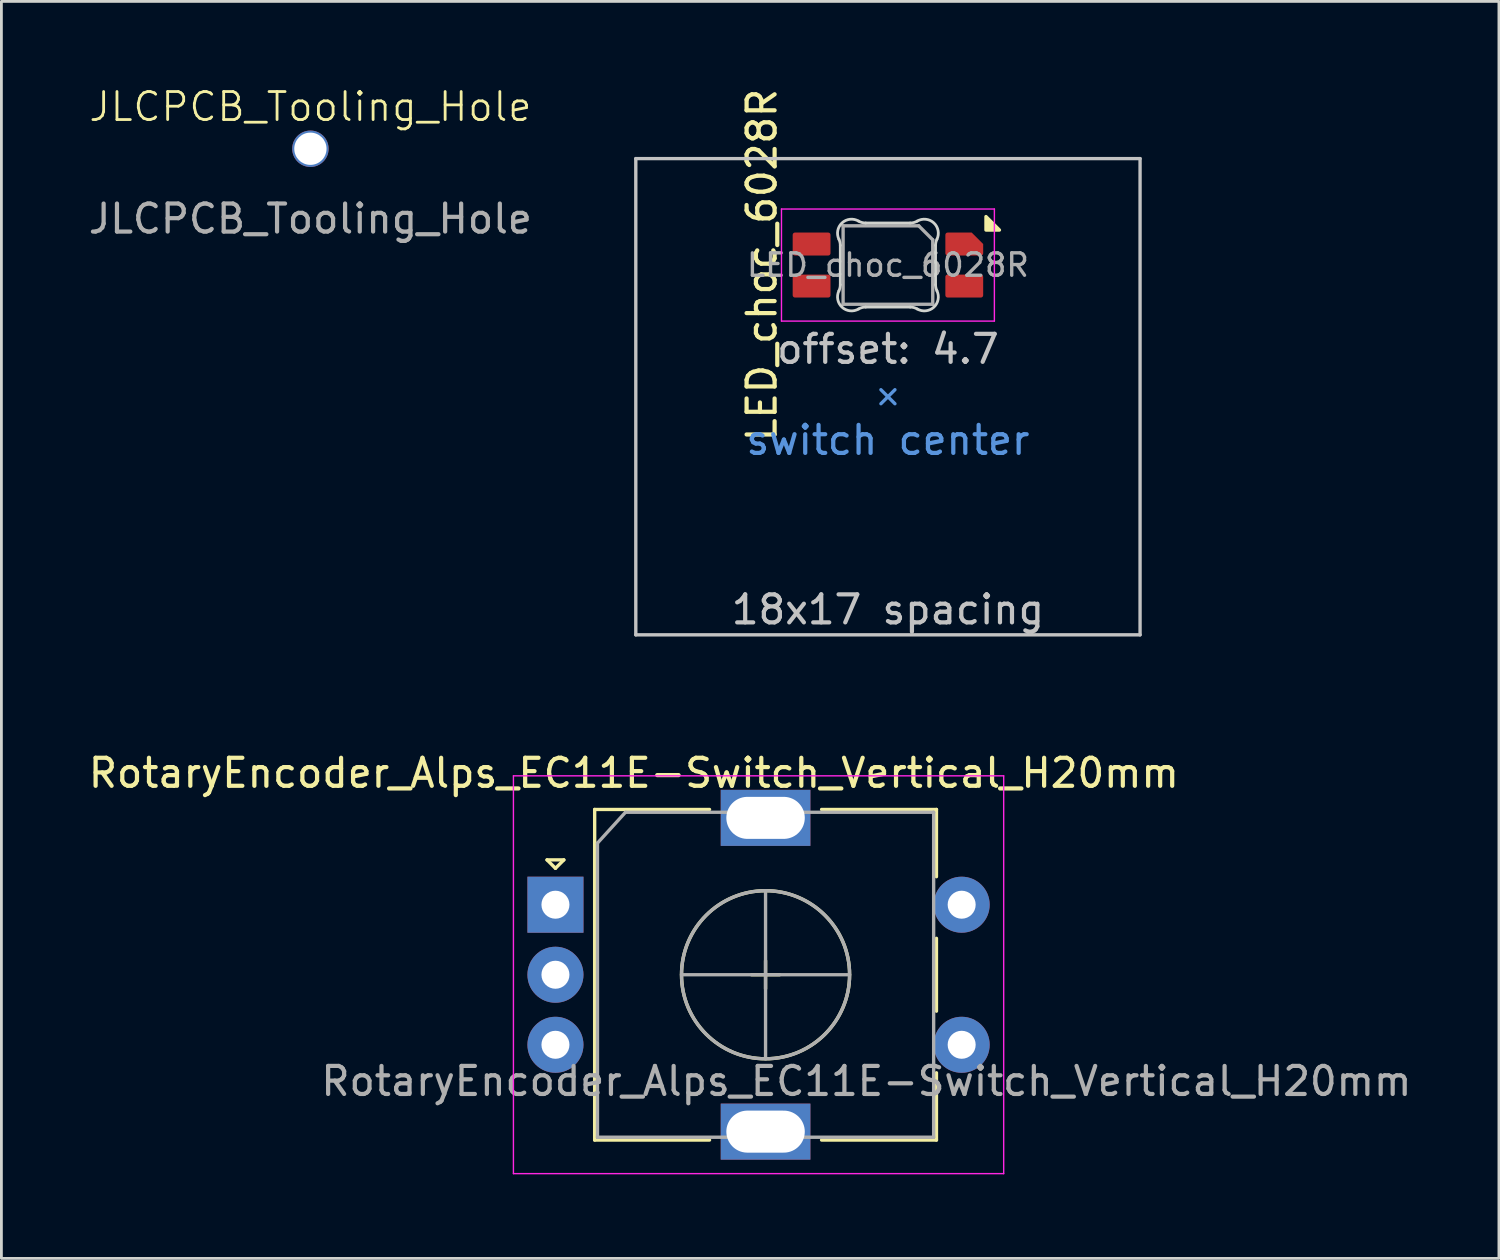
<source format=kicad_pcb>
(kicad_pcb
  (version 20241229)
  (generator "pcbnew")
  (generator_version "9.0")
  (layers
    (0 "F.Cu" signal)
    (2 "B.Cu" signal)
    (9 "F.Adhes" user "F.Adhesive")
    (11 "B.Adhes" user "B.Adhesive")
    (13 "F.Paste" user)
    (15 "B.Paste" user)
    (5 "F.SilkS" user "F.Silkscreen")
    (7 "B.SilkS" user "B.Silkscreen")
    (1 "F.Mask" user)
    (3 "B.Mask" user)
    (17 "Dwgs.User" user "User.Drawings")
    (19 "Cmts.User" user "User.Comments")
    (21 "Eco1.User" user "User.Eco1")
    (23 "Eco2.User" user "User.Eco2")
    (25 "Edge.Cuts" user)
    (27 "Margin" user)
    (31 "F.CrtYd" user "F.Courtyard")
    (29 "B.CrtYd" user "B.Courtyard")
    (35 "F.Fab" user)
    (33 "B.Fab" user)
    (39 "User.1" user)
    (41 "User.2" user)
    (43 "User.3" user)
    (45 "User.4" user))
  (footprint "RotaryEncoder_Alps_EC11E-Switch_Vertical_H20mm"
    (layer "F.Cu")
    (at 24.277 31.744)
    (property "Reference" "RotaryEncoder_Alps_EC11E-Switch_Vertical_H20mm" (at -4.7 -7.2 0) (layer "F.SilkS") (effects (font (size 1 1) (thickness 0.15))))
    (attr through_hole)
    (fp_line (start -7.8 -4.1) (end -7.2 -4.1) (stroke (width 0.12) (type solid)) (layer "F.SilkS"))
    (fp_line (start -7.5 -3.8) (end -7.8 -4.1) (stroke (width 0.12) (type solid)) (layer "F.SilkS"))
    (fp_line (start -7.2 -4.1) (end -7.5 -3.8) (stroke (width 0.12) (type solid)) (layer "F.SilkS"))
    (fp_line (start -6.1 -5.9) (end -6.1 5.9) (stroke (width 0.12) (type solid)) (layer "F.SilkS"))
    (fp_line (start -2 -5.9) (end -6.1 -5.9) (stroke (width 0.12) (type solid)) (layer "F.SilkS"))
    (fp_line (start -2 5.9) (end -6.1 5.9) (stroke (width 0.12) (type solid)) (layer "F.SilkS"))
    (fp_line (start -0.5 0) (end 0.5 0) (stroke (width 0.12) (type solid)) (layer "F.SilkS"))
    (fp_line (start 0 -0.5) (end 0 0.5) (stroke (width 0.12) (type solid)) (layer "F.SilkS"))
    (fp_line (start 2 -5.9) (end 6.1 -5.9) (stroke (width 0.12) (type solid)) (layer "F.SilkS"))
    (fp_line (start 6.1 -5.9) (end 6.1 -3.5) (stroke (width 0.12) (type solid)) (layer "F.SilkS"))
    (fp_line (start 6.1 -1.3) (end 6.1 1.3) (stroke (width 0.12) (type solid)) (layer "F.SilkS"))
    (fp_line (start 6.1 3.5) (end 6.1 5.9) (stroke (width 0.12) (type solid)) (layer "F.SilkS"))
    (fp_line (start 6.1 5.9) (end 2 5.9) (stroke (width 0.12) (type solid)) (layer "F.SilkS"))
    (fp_circle (center 0 0) (end 3 0) (stroke (width 0.12) (type solid)) (fill no) (layer "F.SilkS"))
    (fp_line (start -9 -7.1) (end -9 7.1) (stroke (width 0.05) (type solid)) (layer "F.CrtYd"))
    (fp_line (start -9 -7.1) (end 8.5 -7.1) (stroke (width 0.05) (type solid)) (layer "F.CrtYd"))
    (fp_line (start 8.5 7.1) (end -9 7.1) (stroke (width 0.05) (type solid)) (layer "F.CrtYd"))
    (fp_line (start 8.5 7.1) (end 8.5 -7.1) (stroke (width 0.05) (type solid)) (layer "F.CrtYd"))
    (fp_line (start -6 -4.7) (end -5 -5.8) (stroke (width 0.12) (type solid)) (layer "F.Fab"))
    (fp_line (start -6 5.8) (end -6 -4.7) (stroke (width 0.12) (type solid)) (layer "F.Fab"))
    (fp_line (start -5 -5.8) (end 6 -5.8) (stroke (width 0.12) (type solid)) (layer "F.Fab"))
    (fp_line (start -3 0) (end 3 0) (stroke (width 0.12) (type solid)) (layer "F.Fab"))
    (fp_line (start 0 -3) (end 0 3) (stroke (width 0.12) (type solid)) (layer "F.Fab"))
    (fp_line (start 6 -5.8) (end 6 5.8) (stroke (width 0.12) (type solid)) (layer "F.Fab"))
    (fp_line (start 6 5.8) (end -6 5.8) (stroke (width 0.12) (type solid)) (layer "F.Fab"))
    (fp_circle (center 0 0) (end 3 0) (stroke (width 0.12) (type solid)) (fill no) (layer "F.Fab"))
    (fp_text user "${REFERENCE}" (at 3.6 3.8 0) (layer "F.Fab") (effects (font (size 1 1) (thickness 0.15))))
    (pad "A" thru_hole rect (at -7.5 -2.5) (size 2 2) (drill 1) (layers "*.Cu" "*.Mask"))
    (pad "B" thru_hole circle (at -7.5 2.5) (size 2 2) (drill 1) (layers "*.Cu" "*.Mask"))
    (pad "C" thru_hole circle (at -7.5 0) (size 2 2) (drill 1) (layers "*.Cu" "*.Mask"))
    (pad "MP" thru_hole rect (at 0 -5.6) (size 3.2 2) (drill oval 2.8 1.5) (layers "*.Cu" "*.Mask"))
    (pad "MP" thru_hole rect (at 0 5.6) (size 3.2 2) (drill oval 2.8 1.5) (layers "*.Cu" "*.Mask"))
    (pad "S1" thru_hole circle (at 7 2.5) (size 2 2) (drill 1) (layers "*.Cu" "*.Mask"))
    (pad "S2" thru_hole circle (at 7 -2.5) (size 2 2) (drill 1) (layers "*.Cu" "*.Mask")))
  (footprint "JLCPCB_Tooling_Hole"
    (layer "F.Cu")
    (at 8.03 2.26)
    (property "Reference" "JLCPCB_Tooling_Hole" (at 0 -1.5 0) (unlocked yes) (layer "F.SilkS") (effects (font (size 1 1) (thickness 0.1))))
    (attr through_hole)
    (fp_text user "${REFERENCE}" (at 0 2.5 0) (unlocked yes) (layer "F.Fab") (effects (font (size 1 1) (thickness 0.15))))
    (pad "" np_thru_hole circle (at 0 0) (size 1.3 1.3) (drill 1.152) (layers "*.Cu" "*.Mask")))
  (footprint "LED_choc_6028R"
    (layer "F.Cu")
    (at 28.645 6.411)
    (property "Reference" "LED_choc_6028R" (at -4.5 0 270) (layer "F.SilkS") (effects (font (size 1 1) (thickness 0.15))))
    (attr smd)
    (fp_poly (pts (xy 3.5 -1.25) (xy 3.5 -1.73) (xy 3.98 -1.25) (xy 3.5 -1.25)) (stroke (width 0.12) (type solid)) (fill yes) (layer "F.SilkS"))
    (fp_line (start -9 -3.8) (end -9 13.2) (stroke (width 0.12) (type solid)) (layer "Dwgs.User"))
    (fp_line (start -9 13.2) (end 9 13.2) (stroke (width 0.12) (type solid)) (layer "Dwgs.User"))
    (fp_line (start 9 -3.8) (end -9 -3.8) (stroke (width 0.12) (type solid)) (layer "Dwgs.User"))
    (fp_line (start 9 13.2) (end 9 -3.8) (stroke (width 0.12) (type solid)) (layer "Dwgs.User"))
    (fp_line (start -0.25 4.45) (end 0 4.7) (stroke (width 0.12) (type solid)) (layer "Cmts.User"))
    (fp_line (start 0 4.7) (end -0.25 4.95) (stroke (width 0.12) (type solid)) (layer "Cmts.User"))
    (fp_line (start 0 4.7) (end 0.25 4.95) (stroke (width 0.12) (type solid)) (layer "Cmts.User"))
    (fp_line (start 0.25 4.45) (end 0 4.7) (stroke (width 0.12) (type solid)) (layer "Cmts.User"))
    (fp_line (start -9.525 -4.825) (end 9.525 -4.825) (stroke (width 0.12) (type solid)) (layer "Eco1.User"))
    (fp_line (start -9.525 14.225) (end -9.525 -4.825) (stroke (width 0.12) (type solid)) (layer "Eco1.User"))
    (fp_line (start 9.525 -4.825) (end 9.525 14.225) (stroke (width 0.12) (type solid)) (layer "Eco1.User"))
    (fp_line (start 9.525 14.225) (end -9.525 14.225) (stroke (width 0.12) (type solid)) (layer "Eco1.User"))
    (fp_line (start -1.7 -0.703) (end -1.7 0.703) (stroke (width 0.1) (type solid)) (layer "Edge.Cuts"))
    (fp_line (start -0.794 1.5) (end 0.794 1.5) (stroke (width 0.1) (type solid)) (layer "Edge.Cuts"))
    (fp_line (start 0.794 -1.5) (end -0.794 -1.5) (stroke (width 0.1) (type solid)) (layer "Edge.Cuts"))
    (fp_line (start 1.7 0.703) (end 1.7 -0.703) (stroke (width 0.1) (type solid)) (layer "Edge.Cuts"))
    (fp_arc (start -1.749484 -0.919719) (mid -1.712527 -0.814067) (end -1.699999 -0.702842) (stroke (width 0.1) (type solid)) (layer "Edge.Cuts"))
    (fp_arc (start -1.749484 -0.919719) (mid -1.63807 -1.504033) (end -1.046711 -1.568296) (stroke (width 0.1) (type solid)) (layer "Edge.Cuts"))
    (fp_arc (start -1.699999 0.702843) (mid -1.712527 0.814069) (end -1.749484 0.919721) (stroke (width 0.1) (type solid)) (layer "Edge.Cuts"))
    (fp_arc (start -1.046711 1.5683) (mid -1.638071 1.504036) (end -1.749484 0.919721) (stroke (width 0.1) (type solid)) (layer "Edge.Cuts"))
    (fp_arc (start -1.046711 1.5683) (mid -0.925123 1.517378) (end -0.794453 1.500001) (stroke (width 0.1) (type solid)) (layer "Edge.Cuts"))
    (fp_arc (start -0.794452 -1.499999) (mid -0.925122 -1.517376) (end -1.04671 -1.568298) (stroke (width 0.1) (type solid)) (layer "Edge.Cuts"))
    (fp_arc (start 0.794453 1.5) (mid 0.925123 1.517377) (end 1.046711 1.568299) (stroke (width 0.1) (type solid)) (layer "Edge.Cuts"))
    (fp_arc (start 1.046711 -1.568298) (mid 0.925123 -1.517376) (end 0.794452 -1.499999) (stroke (width 0.1) (type solid)) (layer "Edge.Cuts"))
    (fp_arc (start 1.046711 -1.568298) (mid 1.638072 -1.504034) (end 1.749484 -0.919718) (stroke (width 0.1) (type solid)) (layer "Edge.Cuts"))
    (fp_arc (start 1.699999 -0.702841) (mid 1.712527 -0.814067) (end 1.749484 -0.919719) (stroke (width 0.1) (type solid)) (layer "Edge.Cuts"))
    (fp_arc (start 1.749484 0.919721) (mid 1.638071 1.504035) (end 1.046711 1.568299) (stroke (width 0.1) (type solid)) (layer "Edge.Cuts"))
    (fp_arc (start 1.749484 0.919721) (mid 1.712527 0.814069) (end 1.699999 0.702844) (stroke (width 0.1) (type solid)) (layer "Edge.Cuts"))
    (fp_line (start -3.8 -2) (end 3.8 -2) (stroke (width 0.05) (type solid)) (layer "F.CrtYd"))
    (fp_line (start -3.8 2) (end -3.8 -2) (stroke (width 0.05) (type solid)) (layer "F.CrtYd"))
    (fp_line (start 3.8 -2) (end 3.8 2) (stroke (width 0.05) (type solid)) (layer "F.CrtYd"))
    (fp_line (start 3.8 2) (end -3.8 2) (stroke (width 0.05) (type solid)) (layer "F.CrtYd"))
    (fp_line (start -1.6 -1.4) (end 1.1 -1.4) (stroke (width 0.12) (type solid)) (layer "F.Fab"))
    (fp_line (start -1.6 1.4) (end -1.6 -1.4) (stroke (width 0.12) (type solid)) (layer "F.Fab"))
    (fp_line (start 1.6 -0.9) (end 1.1 -1.4) (stroke (width 0.12) (type solid)) (layer "F.Fab"))
    (fp_line (start 1.6 -0.9) (end 1.6 1.4) (stroke (width 0.12) (type solid)) (layer "F.Fab"))
    (fp_line (start 1.6 1.4) (end -1.6 1.4) (stroke (width 0.12) (type solid)) (layer "F.Fab"))
    (fp_text user "offset: 4.7" (at 0 3 180) (layer "Dwgs.User") (effects (font (size 1 1) (thickness 0.15))))
    (fp_text user "18x17 spacing" (at 0 12.3 180) (layer "Dwgs.User") (effects (font (size 1 1) (thickness 0.15))))
    (fp_text user "switch center" (at 0 6.25 180) (layer "Cmts.User") (effects (font (size 1 1) (thickness 0.15))))
    (fp_text user "19.05 spacing" (at 0 13.4 180) (layer "Eco1.User") (effects (font (size 1 1) (thickness 0.15))))
    (fp_text user "${REFERENCE}" (at 0 0 0) (layer "F.Fab") (effects (font (size 0.8 0.8) (thickness 0.12))))
    (pad "1" smd roundrect (at -2.725 0.75 270) (size 0.82 1.35) (layers "F.Cu" "F.Mask" "F.Paste") (roundrect_rratio 0.1))
    (pad "2" smd roundrect (at -2.725 -0.75 270) (size 0.82 1.35) (layers "F.Cu" "F.Mask" "F.Paste") (roundrect_rratio 0.1))
    (pad "3" smd roundrect (at 2.725 0.75 270) (size 0.82 1.35) (layers "F.Cu" "F.Mask" "F.Paste") (roundrect_rratio 0.1))
    (pad "4" smd roundrect (at 2.725 -0.75 270) (size 0.82 1.35) (layers "F.Cu" "F.Mask" "F.Paste") (roundrect_rratio 0.1) (chamfer_ratio 0.5) (chamfer top_left)))
  (gr_rect
    (start -3 -3)
    (end 50.455 41.869)
    (stroke (width 0.1) (type default))
    (fill no)
    (layer "Edge.Cuts")))
</source>
